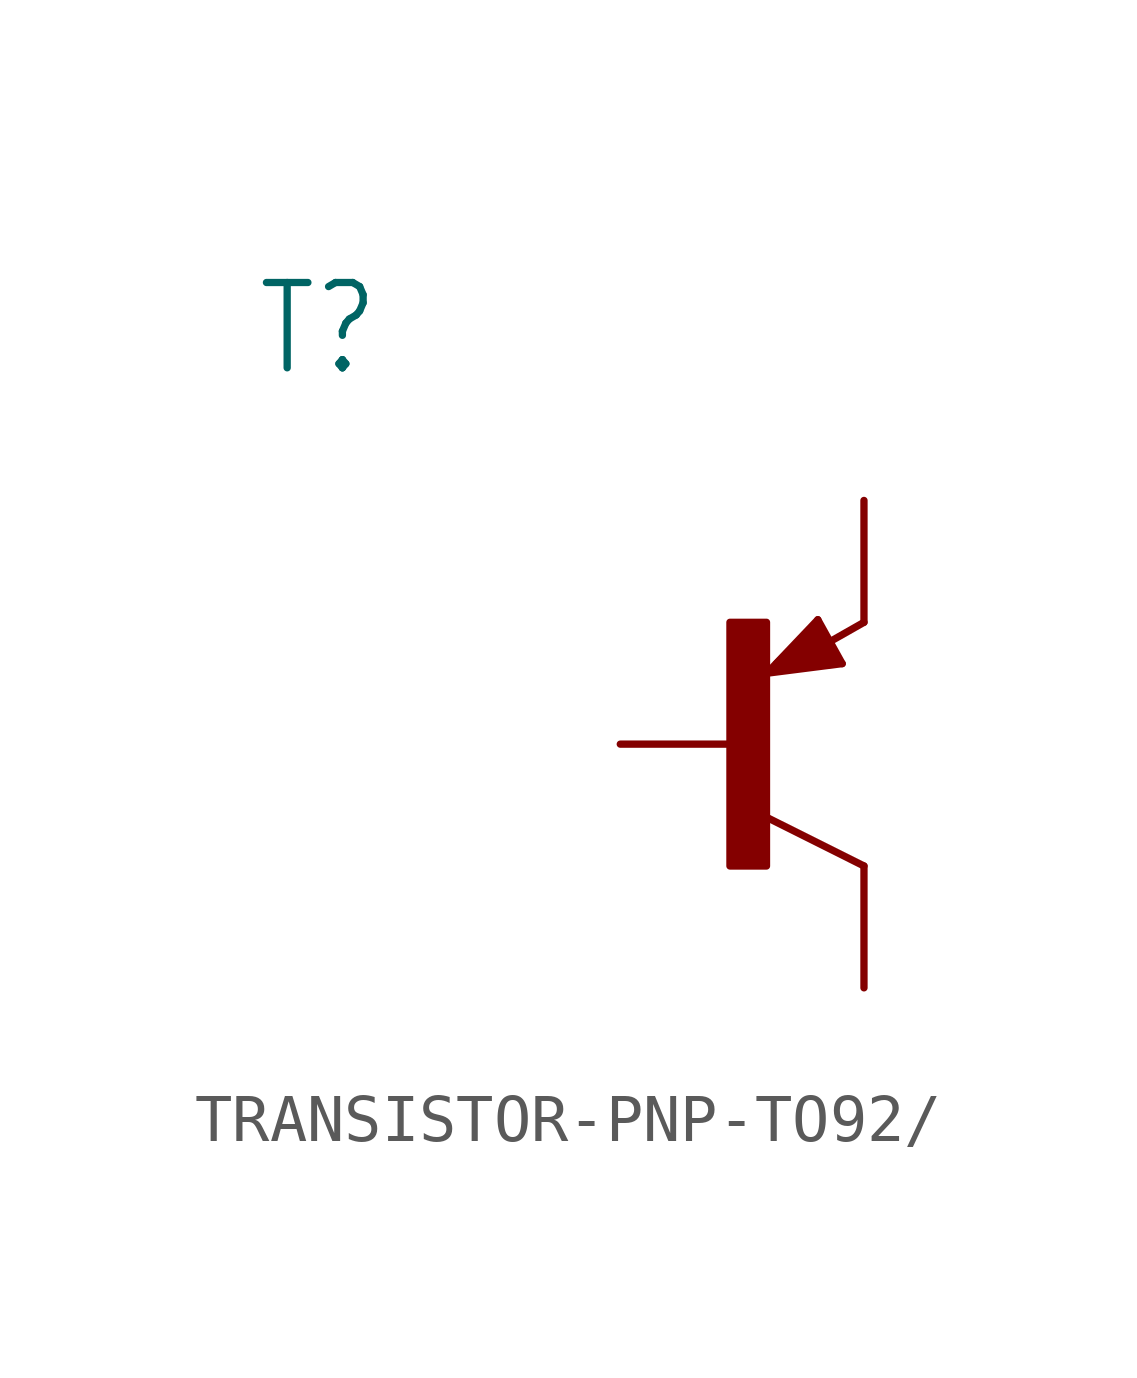
<source format=kicad_sym>
(kicad_symbol_lib
  (version 20231120)
  (generator "kicad_symbol_editor")
  (generator_version "8.0")
  (symbol "TRANSISTOR-PNP-TO92/"
    (property "Reference" "T"
      (at -10.16 7.62 0)
      (effects (font (size 1.778 1.511)) (justify left bottom)))
    (property "Value" ""
      (at -10.16 5.08 0)
      (effects (font (size 1.778 1.511)) (justify left bottom)))
    (property "ki_locked" ""
      (at 0 0 0)
      (effects (font (size 1.27 1.27))))
    (symbol "TRANSISTOR-PNP-TO92/_1_0"
      (rectangle (start -0.254 -2.54) (end 0.508 2.54) (stroke (width 0) (type default)) (fill (type outline)))
      (polyline (pts (xy 0.516 1.478) (xy 2.086 1.678)) (stroke (width 0.152) (type solid)) (fill (type none)))
      (polyline (pts (xy 0.762 1.651) (xy 1.778 1.778)) (stroke (width 0.254) (type solid)) (fill (type none)))
      (polyline (pts (xy 1.143 1.905) (xy 1.524 1.905)) (stroke (width 0.254) (type solid)) (fill (type none)))
      (polyline (pts (xy 1.524 2.159) (xy 1.143 1.905)) (stroke (width 0.254) (type solid)) (fill (type none)))
      (polyline (pts (xy 1.524 2.413) (xy 0.762 1.651)) (stroke (width 0.254) (type solid)) (fill (type none)))
      (polyline (pts (xy 1.578 2.594) (xy 0.516 1.478)) (stroke (width 0.152) (type solid)) (fill (type none)))
      (polyline (pts (xy 1.778 1.778) (xy 1.524 2.159)) (stroke (width 0.254) (type solid)) (fill (type none)))
      (polyline (pts (xy 1.905 1.778) (xy 1.524 2.413)) (stroke (width 0.254) (type solid)) (fill (type none)))
      (polyline (pts (xy 2.086 1.678) (xy 1.578 2.594)) (stroke (width 0.152) (type solid)) (fill (type none)))
      (polyline (pts (xy 2.54 -2.54) (xy 0.508 -1.524)) (stroke (width 0.152) (type solid)) (fill (type none)))
      (polyline (pts (xy 2.54 2.54) (xy 1.808 2.124)) (stroke (width 0.152) (type solid)) (fill (type none)))
      (pin passive line (at 2.54 5.08 270) (length 2.54) (name "E" (effects (font (size 0 0)))) (number "1" (effects (font (size 0 0)))))
      (pin passive line (at -2.54 0 0) (length 2.54) (name "B" (effects (font (size 0 0)))) (number "2" (effects (font (size 0 0)))))
      (pin passive line (at 2.54 -5.08 90) (length 2.54) (name "C" (effects (font (size 0 0)))) (number "3" (effects (font (size 0 0))))))))
</source>
